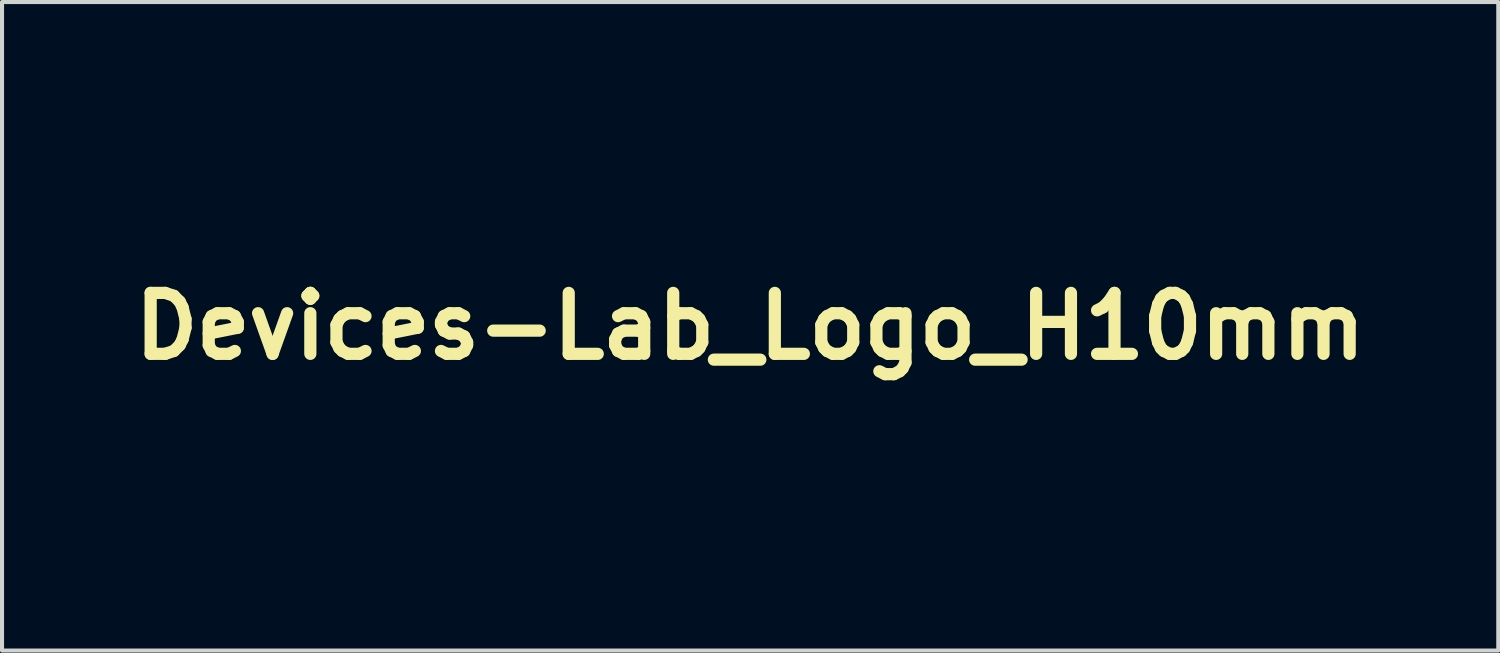
<source format=kicad_pcb>
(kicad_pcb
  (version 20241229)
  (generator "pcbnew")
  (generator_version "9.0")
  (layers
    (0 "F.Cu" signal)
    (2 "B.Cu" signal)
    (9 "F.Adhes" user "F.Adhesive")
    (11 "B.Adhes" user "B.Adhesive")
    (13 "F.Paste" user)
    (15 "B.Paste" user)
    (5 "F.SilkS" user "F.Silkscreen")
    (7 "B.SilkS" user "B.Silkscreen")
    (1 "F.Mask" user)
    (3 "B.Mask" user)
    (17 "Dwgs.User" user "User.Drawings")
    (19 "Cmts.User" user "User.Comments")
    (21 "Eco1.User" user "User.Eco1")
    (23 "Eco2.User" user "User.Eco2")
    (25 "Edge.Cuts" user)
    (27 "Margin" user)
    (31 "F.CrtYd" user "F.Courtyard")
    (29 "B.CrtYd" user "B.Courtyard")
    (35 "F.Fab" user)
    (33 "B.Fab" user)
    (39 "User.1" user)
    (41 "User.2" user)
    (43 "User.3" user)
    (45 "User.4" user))
  (footprint "Devices-Lab_Logo_H10mm"
    (layer "F.Cu")
    (at 15.407 4.978)
    (property "Reference" "Devices-Lab_Logo_H10mm" (at 0 0 0) (layer "F.SilkS") (effects (font (size 1.5 1.5) (thickness 0.3))))
    (attr board_only exclude_from_pos_files exclude_from_bom)
    (fp_poly (pts (xy -6.715 2.107) (xy -6.715 2.955) (xy -6.849 2.955) (xy -6.984 2.955) (xy -6.984 2.107) (xy -6.984 1.259) (xy -6.849 1.259) (xy -6.715 1.259)) (stroke (width 0) (type solid)) (fill yes) (layer "F.Mask"))
    (fp_poly (pts (xy -1.482 1.8) (xy -1.351 1.805) (xy -1.347 2.38) (xy -1.343 2.955) (xy -1.477 2.955) (xy -1.612 2.955) (xy -1.612 2.375) (xy -1.612 1.795)) (stroke (width 0) (type solid)) (fill yes) (layer "F.Mask"))
    (fp_poly (pts (xy -6.765 -2.249) (xy -6.747 -2.24) (xy -6.7 -2.199) (xy -6.665 -2.138) (xy -6.648 -2.069) (xy -6.648 -2.057) (xy -6.648 -2.015) (xy -6.868 -2.015) (xy -7.088 -2.015) (xy -7.077 -2.061) (xy -7.041 -2.147) (xy -6.988 -2.212) (xy -6.92 -2.252) (xy -6.844 -2.266)) (stroke (width 0) (type solid)) (fill yes) (layer "F.Mask"))
    (fp_poly (pts (xy -2.115 -2.249) (xy -2.096 -2.24) (xy -2.049 -2.199) (xy -2.014 -2.138) (xy -1.998 -2.069) (xy -1.998 -2.057) (xy -1.998 -2.015) (xy -2.218 -2.015) (xy -2.438 -2.015) (xy -2.426 -2.061) (xy -2.391 -2.147) (xy -2.337 -2.212) (xy -2.27 -2.252) (xy -2.194 -2.266)) (stroke (width 0) (type solid)) (fill yes) (layer "F.Mask"))
    (fp_poly (pts (xy -1.424 1.281) (xy -1.368 1.317) (xy -1.367 1.317) (xy -1.332 1.372) (xy -1.324 1.429) (xy -1.34 1.484) (xy -1.376 1.529) (xy -1.427 1.56) (xy -1.489 1.571) (xy -1.547 1.559) (xy -1.588 1.529) (xy -1.621 1.481) (xy -1.638 1.426) (xy -1.636 1.389) (xy -1.603 1.329) (xy -1.551 1.29) (xy -1.488 1.273)) (stroke (width 0) (type solid)) (fill yes) (layer "F.Mask"))
    (fp_poly (pts (xy 2.115 -1.774) (xy 2.102 -1.683) (xy 2.067 -1.607) (xy 2.015 -1.548) (xy 1.95 -1.511) (xy 1.877 -1.5) (xy 1.802 -1.518) (xy 1.745 -1.559) (xy 1.716 -1.613) (xy 1.717 -1.675) (xy 1.747 -1.735) (xy 1.781 -1.766) (xy 1.831 -1.79) (xy 1.904 -1.808) (xy 2.003 -1.822) (xy 2.01 -1.823) (xy 2.115 -1.834)) (stroke (width 0) (type solid)) (fill yes) (layer "F.Mask"))
    (fp_poly (pts (xy 5.717 -2.227) (xy 5.799 -2.2) (xy 5.86 -2.148) (xy 5.902 -2.07) (xy 5.924 -1.965) (xy 5.928 -1.877) (xy 5.918 -1.755) (xy 5.89 -1.66) (xy 5.843 -1.591) (xy 5.775 -1.548) (xy 5.686 -1.529) (xy 5.656 -1.528) (xy 5.582 -1.533) (xy 5.526 -1.553) (xy 5.505 -1.566) (xy 5.445 -1.625) (xy 5.402 -1.707) (xy 5.379 -1.804) (xy 5.376 -1.911) (xy 5.395 -2.018) (xy 5.437 -2.111) (xy 5.5 -2.179) (xy 5.58 -2.22) (xy 5.674 -2.232)) (stroke (width 0) (type solid)) (fill yes) (layer "F.Mask"))
    (fp_poly (pts (xy 3.522 -2.222) (xy 3.593 -2.187) (xy 3.648 -2.125) (xy 3.684 -2.039) (xy 3.7 -1.931) (xy 3.701 -1.905) (xy 3.689 -1.778) (xy 3.654 -1.673) (xy 3.596 -1.591) (xy 3.583 -1.579) (xy 3.541 -1.547) (xy 3.5 -1.532) (xy 3.444 -1.528) (xy 3.434 -1.528) (xy 3.372 -1.531) (xy 3.328 -1.546) (xy 3.289 -1.573) (xy 3.243 -1.622) (xy 3.212 -1.68) (xy 3.196 -1.754) (xy 3.19 -1.853) (xy 3.19 -1.868) (xy 3.2 -1.993) (xy 3.23 -2.091) (xy 3.282 -2.163) (xy 3.353 -2.209) (xy 3.436 -2.228)) (stroke (width 0) (type solid)) (fill yes) (layer "F.Mask"))
    (fp_poly (pts (xy 8.185 -2.229) (xy 8.271 -2.204) (xy 8.337 -2.153) (xy 8.382 -2.077) (xy 8.407 -1.976) (xy 8.411 -1.904) (xy 8.405 -1.795) (xy 8.387 -1.711) (xy 8.353 -1.642) (xy 8.32 -1.599) (xy 8.284 -1.564) (xy 8.249 -1.544) (xy 8.202 -1.535) (xy 8.165 -1.531) (xy 8.106 -1.529) (xy 8.066 -1.534) (xy 8.034 -1.551) (xy 8.011 -1.57) (xy 7.954 -1.629) (xy 7.918 -1.699) (xy 7.898 -1.789) (xy 7.897 -1.8) (xy 7.895 -1.914) (xy 7.914 -2.016) (xy 7.953 -2.103) (xy 8.008 -2.17) (xy 8.076 -2.214) (xy 8.156 -2.23)) (stroke (width 0) (type solid)) (fill yes) (layer "F.Mask"))
    (fp_poly (pts (xy -8.31 -2.222) (xy -8.235 -2.188) (xy -8.178 -2.127) (xy -8.142 -2.041) (xy -8.126 -1.933) (xy -8.125 -1.907) (xy -8.131 -1.798) (xy -8.148 -1.714) (xy -8.18 -1.645) (xy -8.216 -1.599) (xy -8.252 -1.564) (xy -8.287 -1.544) (xy -8.334 -1.535) (xy -8.371 -1.531) (xy -8.43 -1.529) (xy -8.47 -1.534) (xy -8.502 -1.551) (xy -8.525 -1.57) (xy -8.582 -1.63) (xy -8.618 -1.7) (xy -8.638 -1.79) (xy -8.639 -1.8) (xy -8.641 -1.92) (xy -8.618 -2.028) (xy -8.573 -2.12) (xy -8.546 -2.153) (xy -8.503 -2.195) (xy -8.463 -2.217) (xy -8.411 -2.227) (xy -8.401 -2.228)) (stroke (width 0) (type solid)) (fill yes) (layer "F.Mask"))
    (fp_poly (pts (xy -3.177 1.79) (xy -3.158 1.798) (xy -3.146 1.814) (xy -3.141 1.846) (xy -3.139 1.902) (xy -3.139 1.922) (xy -3.139 2.044) (xy -3.244 2.037) (xy -3.336 2.039) (xy -3.406 2.064) (xy -3.461 2.115) (xy -3.495 2.169) (xy -3.508 2.195) (xy -3.518 2.222) (xy -3.525 2.254) (xy -3.53 2.298) (xy -3.534 2.358) (xy -3.536 2.439) (xy -3.538 2.546) (xy -3.539 2.598) (xy -3.545 2.955) (xy -3.678 2.955) (xy -3.811 2.955) (xy -3.811 2.375) (xy -3.811 1.795) (xy -3.681 1.8) (xy -3.551 1.805) (xy -3.546 1.903) (xy -3.54 2.002) (xy -3.491 1.923) (xy -3.427 1.849) (xy -3.347 1.801) (xy -3.259 1.781)) (stroke (width 0) (type solid)) (fill yes) (layer "F.Mask"))
    (fp_poly (pts (xy -9.454 1.348) (xy -9.439 1.356) (xy -9.44 1.363) (xy -9.447 1.382) (xy -9.467 1.43) (xy -9.497 1.502) (xy -9.537 1.598) (xy -9.584 1.713) (xy -9.639 1.844) (xy -9.7 1.991) (xy -9.765 2.148) (xy -9.821 2.283) (xy -9.889 2.448) (xy -9.954 2.603) (xy -10.013 2.747) (xy -10.067 2.876) (xy -10.113 2.987) (xy -10.151 3.078) (xy -10.179 3.147) (xy -10.197 3.189) (xy -10.202 3.202) (xy -10.222 3.214) (xy -10.263 3.221) (xy -10.315 3.224) (xy -10.369 3.223) (xy -10.414 3.217) (xy -10.439 3.207) (xy -10.442 3.201) (xy -10.436 3.182) (xy -10.418 3.135) (xy -10.389 3.062) (xy -10.351 2.967) (xy -10.305 2.852) (xy -10.251 2.719) (xy -10.191 2.573) (xy -10.127 2.415) (xy -10.065 2.266) (xy -9.688 1.351) (xy -9.56 1.346) (xy -9.493 1.345)) (stroke (width 0) (type solid)) (fill yes) (layer "F.Mask"))
    (fp_poly (pts (xy 0.585 1.348) (xy 0.6 1.356) (xy 0.6 1.363) (xy 0.592 1.382) (xy 0.572 1.43) (xy 0.542 1.502) (xy 0.502 1.598) (xy 0.455 1.713) (xy 0.4 1.844) (xy 0.339 1.991) (xy 0.274 2.148) (xy 0.218 2.283) (xy 0.15 2.448) (xy 0.085 2.603) (xy 0.026 2.747) (xy -0.028 2.876) (xy -0.074 2.987) (xy -0.112 3.078) (xy -0.14 3.147) (xy -0.158 3.189) (xy -0.163 3.202) (xy -0.183 3.214) (xy -0.224 3.221) (xy -0.276 3.224) (xy -0.33 3.223) (xy -0.375 3.217) (xy -0.4 3.207) (xy -0.403 3.201) (xy -0.397 3.182) (xy -0.379 3.135) (xy -0.35 3.062) (xy -0.312 2.967) (xy -0.266 2.852) (xy -0.212 2.719) (xy -0.152 2.573) (xy -0.087 2.415) (xy -0.026 2.266) (xy 0.351 1.351) (xy 0.48 1.346) (xy 0.546 1.345)) (stroke (width 0) (type solid)) (fill yes) (layer "F.Mask"))
    (fp_poly (pts (xy -0.695 1.479) (xy -0.691 1.51) (xy -0.689 1.566) (xy -0.688 1.627) (xy -0.688 1.796) (xy -0.554 1.796) (xy -0.42 1.796) (xy -0.42 1.905) (xy -0.42 2.015) (xy -0.554 2.015) (xy -0.688 2.015) (xy -0.688 2.341) (xy -0.688 2.454) (xy -0.687 2.538) (xy -0.685 2.598) (xy -0.682 2.64) (xy -0.676 2.669) (xy -0.667 2.689) (xy -0.655 2.705) (xy -0.651 2.711) (xy -0.597 2.748) (xy -0.525 2.758) (xy -0.466 2.748) (xy -0.42 2.736) (xy -0.42 2.837) (xy -0.421 2.895) (xy -0.427 2.928) (xy -0.441 2.945) (xy -0.457 2.953) (xy -0.538 2.971) (xy -0.633 2.976) (xy -0.712 2.969) (xy -0.802 2.944) (xy -0.874 2.894) (xy -0.914 2.848) (xy -0.925 2.831) (xy -0.934 2.811) (xy -0.94 2.783) (xy -0.945 2.743) (xy -0.948 2.687) (xy -0.95 2.609) (xy -0.952 2.506) (xy -0.954 2.408) (xy -0.959 2.015) (xy -1.05 2.015) (xy -1.142 2.015) (xy -1.142 1.905) (xy -1.142 1.796) (xy -1.049 1.796) (xy -0.957 1.796) (xy -0.957 1.666) (xy -0.957 1.535) (xy -0.849 1.506) (xy -0.789 1.49) (xy -0.74 1.475) (xy -0.715 1.467) (xy -0.703 1.466)) (stroke (width 0) (type solid)) (fill yes) (layer "F.Mask"))
    (fp_poly (pts (xy -4.404 1.794) (xy -4.295 1.836) (xy -4.248 1.865) (xy -4.173 1.939) (xy -4.114 2.037) (xy -4.071 2.155) (xy -4.049 2.287) (xy -4.046 2.354) (xy -4.046 2.451) (xy -4.432 2.451) (xy -4.818 2.451) (xy -4.818 2.494) (xy -4.802 2.573) (xy -4.759 2.648) (xy -4.693 2.71) (xy -4.61 2.753) (xy -4.606 2.754) (xy -4.525 2.768) (xy -4.428 2.766) (xy -4.329 2.748) (xy -4.241 2.717) (xy -4.235 2.714) (xy -4.187 2.69) (xy -4.151 2.674) (xy -4.139 2.669) (xy -4.134 2.685) (xy -4.131 2.725) (xy -4.13 2.776) (xy -4.13 2.883) (xy -4.21 2.918) (xy -4.324 2.954) (xy -4.455 2.975) (xy -4.588 2.978) (xy -4.661 2.971) (xy -4.785 2.938) (xy -4.89 2.878) (xy -4.975 2.793) (xy -5.037 2.685) (xy -5.076 2.556) (xy -5.091 2.406) (xy -5.091 2.392) (xy -5.082 2.266) (xy -4.822 2.266) (xy -4.568 2.266) (xy -4.314 2.266) (xy -4.314 2.215) (xy -4.326 2.151) (xy -4.357 2.085) (xy -4.399 2.03) (xy -4.431 2.006) (xy -4.512 1.982) (xy -4.594 1.987) (xy -4.672 2.018) (xy -4.739 2.071) (xy -4.788 2.143) (xy -4.811 2.212) (xy -4.822 2.266) (xy -5.082 2.266) (xy -5.08 2.246) (xy -5.048 2.121) (xy -4.992 2.014) (xy -4.955 1.965) (xy -4.866 1.884) (xy -4.76 1.825) (xy -4.643 1.789) (xy -4.522 1.779)) (stroke (width 0) (type solid)) (fill yes) (layer "F.Mask"))
    (fp_poly (pts (xy 5.904 1.794) (xy 6.013 1.836) (xy 6.06 1.865) (xy 6.135 1.939) (xy 6.194 2.037) (xy 6.236 2.155) (xy 6.259 2.287) (xy 6.262 2.354) (xy 6.262 2.451) (xy 5.876 2.451) (xy 5.49 2.451) (xy 5.49 2.494) (xy 5.505 2.573) (xy 5.549 2.648) (xy 5.615 2.71) (xy 5.698 2.753) (xy 5.701 2.754) (xy 5.783 2.768) (xy 5.879 2.766) (xy 5.978 2.748) (xy 6.066 2.717) (xy 6.072 2.714) (xy 6.121 2.69) (xy 6.156 2.674) (xy 6.169 2.669) (xy 6.174 2.685) (xy 6.177 2.725) (xy 6.178 2.776) (xy 6.178 2.883) (xy 6.098 2.918) (xy 5.983 2.954) (xy 5.852 2.975) (xy 5.72 2.978) (xy 5.647 2.971) (xy 5.522 2.938) (xy 5.417 2.878) (xy 5.333 2.793) (xy 5.271 2.685) (xy 5.232 2.556) (xy 5.217 2.406) (xy 5.217 2.392) (xy 5.226 2.266) (xy 5.485 2.266) (xy 5.739 2.266) (xy 5.993 2.266) (xy 5.993 2.215) (xy 5.981 2.151) (xy 5.951 2.085) (xy 5.908 2.03) (xy 5.876 2.006) (xy 5.796 1.982) (xy 5.714 1.987) (xy 5.636 2.018) (xy 5.569 2.071) (xy 5.519 2.143) (xy 5.496 2.212) (xy 5.485 2.266) (xy 5.226 2.266) (xy 5.228 2.246) (xy 5.26 2.121) (xy 5.316 2.014) (xy 5.353 1.965) (xy 5.442 1.884) (xy 5.548 1.825) (xy 5.665 1.789) (xy 5.786 1.779)) (stroke (width 0) (type solid)) (fill yes) (layer "F.Mask"))
    (fp_poly (pts (xy -7.676 1.793) (xy -7.579 1.809) (xy -7.499 1.839) (xy -7.428 1.885) (xy -7.389 1.919) (xy -7.319 2.008) (xy -7.268 2.118) (xy -7.236 2.242) (xy -7.224 2.373) (xy -7.234 2.503) (xy -7.267 2.626) (xy -7.288 2.675) (xy -7.361 2.784) (xy -7.456 2.871) (xy -7.57 2.933) (xy -7.701 2.969) (xy -7.844 2.978) (xy -7.929 2.97) (xy -7.998 2.956) (xy -8.066 2.936) (xy -8.097 2.924) (xy -8.169 2.88) (xy -8.242 2.817) (xy -8.305 2.744) (xy -8.345 2.678) (xy -8.381 2.562) (xy -8.398 2.431) (xy -8.396 2.339) (xy -8.121 2.339) (xy -8.121 2.454) (xy -8.103 2.546) (xy -8.065 2.623) (xy -8.037 2.659) (xy -7.962 2.721) (xy -7.873 2.756) (xy -7.776 2.763) (xy -7.681 2.74) (xy -7.656 2.729) (xy -7.588 2.675) (xy -7.54 2.595) (xy -7.512 2.488) (xy -7.505 2.369) (xy -7.516 2.245) (xy -7.55 2.145) (xy -7.605 2.071) (xy -7.681 2.022) (xy -7.778 1.999) (xy -7.817 1.998) (xy -7.914 2.012) (xy -7.995 2.055) (xy -8.058 2.124) (xy -8.1 2.218) (xy -8.121 2.333) (xy -8.121 2.339) (xy -8.396 2.339) (xy -8.395 2.296) (xy -8.372 2.168) (xy -8.345 2.089) (xy -8.293 2.005) (xy -8.216 1.924) (xy -8.124 1.857) (xy -8.077 1.832) (xy -8.031 1.812) (xy -7.988 1.799) (xy -7.94 1.792) (xy -7.876 1.789) (xy -7.798 1.788)) (stroke (width 0) (type solid)) (fill yes) (layer "F.Mask"))
    (fp_poly (pts (xy -2.703 1.617) (xy -2.703 1.975) (xy -2.623 1.898) (xy -2.546 1.836) (xy -2.464 1.799) (xy -2.366 1.782) (xy -2.306 1.78) (xy -2.187 1.794) (xy -2.085 1.837) (xy -2 1.906) (xy -1.935 2) (xy -1.889 2.117) (xy -1.865 2.256) (xy -1.862 2.414) (xy -1.866 2.461) (xy -1.892 2.6) (xy -1.942 2.721) (xy -2.012 2.822) (xy -2.101 2.9) (xy -2.205 2.952) (xy -2.322 2.977) (xy -2.443 2.972) (xy -2.523 2.951) (xy -2.593 2.912) (xy -2.648 2.865) (xy -2.703 2.814) (xy -2.703 2.884) (xy -2.703 2.955) (xy -2.837 2.955) (xy -2.971 2.955) (xy -2.971 2.399) (xy -2.702 2.399) (xy -2.702 2.477) (xy -2.697 2.532) (xy -2.688 2.573) (xy -2.671 2.61) (xy -2.659 2.632) (xy -2.604 2.7) (xy -2.546 2.738) (xy -2.491 2.76) (xy -2.449 2.768) (xy -2.403 2.762) (xy -2.359 2.751) (xy -2.278 2.712) (xy -2.214 2.647) (xy -2.167 2.558) (xy -2.14 2.451) (xy -2.135 2.328) (xy -2.136 2.315) (xy -2.155 2.198) (xy -2.194 2.108) (xy -2.253 2.046) (xy -2.332 2.01) (xy -2.373 2.002) (xy -2.453 1.999) (xy -2.517 2.015) (xy -2.576 2.052) (xy -2.586 2.06) (xy -2.638 2.114) (xy -2.673 2.179) (xy -2.694 2.261) (xy -2.702 2.367) (xy -2.702 2.399) (xy -2.971 2.399) (xy -2.971 2.107) (xy -2.971 1.259) (xy -2.837 1.259) (xy -2.703 1.259)) (stroke (width 0) (type solid)) (fill yes) (layer "F.Mask"))
    (fp_poly (pts (xy 7.281 1.795) (xy 7.385 1.839) (xy 7.471 1.91) (xy 7.538 2.005) (xy 7.583 2.122) (xy 7.602 2.23) (xy 7.608 2.395) (xy 7.589 2.544) (xy 7.549 2.673) (xy 7.488 2.782) (xy 7.408 2.869) (xy 7.311 2.93) (xy 7.196 2.964) (xy 7.111 2.971) (xy 6.99 2.959) (xy 6.89 2.92) (xy 6.812 2.856) (xy 6.808 2.851) (xy 6.765 2.801) (xy 6.765 3.138) (xy 6.765 3.475) (xy 6.631 3.475) (xy 6.497 3.475) (xy 6.497 2.635) (xy 6.497 2.399) (xy 6.766 2.399) (xy 6.767 2.477) (xy 6.771 2.532) (xy 6.78 2.573) (xy 6.797 2.61) (xy 6.809 2.632) (xy 6.864 2.7) (xy 6.922 2.738) (xy 6.977 2.76) (xy 7.019 2.768) (xy 7.066 2.762) (xy 7.109 2.751) (xy 7.19 2.712) (xy 7.255 2.647) (xy 7.302 2.558) (xy 7.328 2.451) (xy 7.333 2.328) (xy 7.332 2.315) (xy 7.313 2.198) (xy 7.274 2.108) (xy 7.215 2.046) (xy 7.137 2.01) (xy 7.096 2.002) (xy 7.015 1.999) (xy 6.951 2.015) (xy 6.892 2.052) (xy 6.882 2.06) (xy 6.83 2.114) (xy 6.795 2.179) (xy 6.774 2.261) (xy 6.766 2.367) (xy 6.766 2.399) (xy 6.497 2.399) (xy 6.497 1.795) (xy 6.627 1.8) (xy 6.757 1.805) (xy 6.762 1.889) (xy 6.767 1.973) (xy 6.846 1.897) (xy 6.923 1.836) (xy 7.006 1.798) (xy 7.104 1.782) (xy 7.162 1.78)) (stroke (width 0) (type solid)) (fill yes) (layer "F.Mask"))
    (fp_poly (pts (xy -5.355 2.107) (xy -5.355 2.955) (xy -5.49 2.955) (xy -5.624 2.955) (xy -5.624 2.867) (xy -5.624 2.779) (xy -5.674 2.84) (xy -5.752 2.909) (xy -5.851 2.955) (xy -5.965 2.977) (xy -6.089 2.972) (xy -6.1 2.97) (xy -6.205 2.937) (xy -6.295 2.876) (xy -6.369 2.791) (xy -6.423 2.684) (xy -6.458 2.559) (xy -6.471 2.418) (xy -6.467 2.352) (xy -6.191 2.352) (xy -6.188 2.482) (xy -6.163 2.587) (xy -6.114 2.669) (xy -6.042 2.728) (xy -6.02 2.739) (xy -5.932 2.762) (xy -5.84 2.753) (xy -5.773 2.727) (xy -5.734 2.698) (xy -5.693 2.653) (xy -5.678 2.632) (xy -5.659 2.6) (xy -5.645 2.571) (xy -5.638 2.536) (xy -5.634 2.487) (xy -5.632 2.417) (xy -5.632 2.365) (xy -5.634 2.267) (xy -5.641 2.195) (xy -5.655 2.142) (xy -5.68 2.101) (xy -5.719 2.064) (xy -5.76 2.034) (xy -5.802 2.01) (xy -5.846 2) (xy -5.907 2.001) (xy -5.91 2.001) (xy -6.007 2.021) (xy -6.083 2.067) (xy -6.139 2.138) (xy -6.175 2.236) (xy -6.191 2.352) (xy -6.467 2.352) (xy -6.463 2.284) (xy -6.431 2.139) (xy -6.377 2.017) (xy -6.303 1.918) (xy -6.209 1.844) (xy -6.097 1.798) (xy -5.97 1.78) (xy -5.956 1.78) (xy -5.843 1.792) (xy -5.747 1.831) (xy -5.678 1.884) (xy -5.624 1.937) (xy -5.624 1.598) (xy -5.624 1.259) (xy -5.49 1.259) (xy -5.355 1.259)) (stroke (width 0) (type solid)) (fill yes) (layer "F.Mask"))
    (fp_poly (pts (xy 10.056 2.107) (xy 10.056 2.955) (xy 9.922 2.955) (xy 9.787 2.955) (xy 9.787 2.867) (xy 9.787 2.779) (xy 9.737 2.84) (xy 9.659 2.909) (xy 9.56 2.955) (xy 9.446 2.977) (xy 9.322 2.972) (xy 9.311 2.97) (xy 9.206 2.937) (xy 9.116 2.876) (xy 9.043 2.791) (xy 8.988 2.684) (xy 8.953 2.559) (xy 8.941 2.418) (xy 8.945 2.352) (xy 9.22 2.352) (xy 9.223 2.482) (xy 9.249 2.587) (xy 9.297 2.669) (xy 9.37 2.728) (xy 9.391 2.739) (xy 9.479 2.762) (xy 9.572 2.753) (xy 9.638 2.727) (xy 9.677 2.698) (xy 9.718 2.653) (xy 9.733 2.632) (xy 9.753 2.6) (xy 9.766 2.571) (xy 9.774 2.536) (xy 9.777 2.487) (xy 9.779 2.417) (xy 9.779 2.365) (xy 9.777 2.267) (xy 9.771 2.195) (xy 9.756 2.142) (xy 9.731 2.101) (xy 9.693 2.064) (xy 9.651 2.034) (xy 9.609 2.01) (xy 9.565 2) (xy 9.505 2.001) (xy 9.501 2.001) (xy 9.404 2.021) (xy 9.328 2.067) (xy 9.272 2.138) (xy 9.236 2.236) (xy 9.22 2.352) (xy 8.945 2.352) (xy 8.949 2.284) (xy 8.98 2.139) (xy 9.034 2.017) (xy 9.109 1.918) (xy 9.202 1.844) (xy 9.314 1.798) (xy 9.441 1.78) (xy 9.455 1.78) (xy 9.569 1.792) (xy 9.664 1.831) (xy 9.733 1.884) (xy 9.787 1.937) (xy 9.787 1.598) (xy 9.787 1.259) (xy 9.922 1.259) (xy 10.056 1.259)) (stroke (width 0) (type solid)) (fill yes) (layer "F.Mask"))
    (fp_poly (pts (xy -8.854 1.784) (xy -8.767 1.79) (xy -8.697 1.803) (xy -8.675 1.81) (xy -8.651 1.822) (xy -8.637 1.839) (xy -8.631 1.868) (xy -8.629 1.92) (xy -8.629 1.947) (xy -8.629 2.066) (xy -8.7 2.028) (xy -8.752 2.006) (xy -8.809 1.994) (xy -8.885 1.99) (xy -8.9 1.99) (xy -8.969 1.991) (xy -9.013 1.996) (xy -9.044 2.008) (xy -9.07 2.028) (xy -9.072 2.03) (xy -9.108 2.081) (xy -9.114 2.135) (xy -9.088 2.183) (xy -9.073 2.197) (xy -9.036 2.22) (xy -8.979 2.248) (xy -8.915 2.275) (xy -8.913 2.275) (xy -8.797 2.327) (xy -8.704 2.385) (xy -8.637 2.445) (xy -8.609 2.484) (xy -8.588 2.55) (xy -8.579 2.629) (xy -8.584 2.707) (xy -8.603 2.768) (xy -8.661 2.845) (xy -8.745 2.906) (xy -8.852 2.949) (xy -8.976 2.974) (xy -9.115 2.977) (xy -9.195 2.97) (xy -9.259 2.959) (xy -9.317 2.945) (xy -9.346 2.935) (xy -9.373 2.919) (xy -9.388 2.896) (xy -9.395 2.857) (xy -9.398 2.814) (xy -9.4 2.744) (xy -9.395 2.703) (xy -9.379 2.689) (xy -9.345 2.696) (xy -9.29 2.722) (xy -9.287 2.723) (xy -9.222 2.752) (xy -9.165 2.767) (xy -9.097 2.773) (xy -9.065 2.773) (xy -8.972 2.767) (xy -8.908 2.746) (xy -8.868 2.711) (xy -8.851 2.658) (xy -8.85 2.653) (xy -8.852 2.612) (xy -8.868 2.577) (xy -8.904 2.546) (xy -8.965 2.514) (xy -9.037 2.483) (xy -9.159 2.43) (xy -9.25 2.379) (xy -9.315 2.325) (xy -9.357 2.265) (xy -9.379 2.195) (xy -9.384 2.124) (xy -9.371 2.024) (xy -9.332 1.942) (xy -9.264 1.876) (xy -9.167 1.824) (xy -9.102 1.802) (xy -9.033 1.789) (xy -8.946 1.783)) (stroke (width 0) (type solid)) (fill yes) (layer "F.Mask"))
    (fp_poly (pts (xy 2.711 1.796) (xy 2.81 1.833) (xy 2.886 1.889) (xy 2.893 1.896) (xy 2.922 1.931) (xy 2.945 1.966) (xy 2.963 2.006) (xy 2.976 2.055) (xy 2.985 2.119) (xy 2.991 2.199) (xy 2.994 2.303) (xy 2.995 2.433) (xy 2.996 2.527) (xy 2.997 2.946) (xy 2.867 2.951) (xy 2.736 2.956) (xy 2.736 2.877) (xy 2.736 2.798) (xy 2.673 2.861) (xy 2.582 2.931) (xy 2.479 2.969) (xy 2.362 2.977) (xy 2.308 2.972) (xy 2.213 2.946) (xy 2.137 2.897) (xy 2.092 2.849) (xy 2.051 2.773) (xy 2.032 2.681) (xy 2.033 2.626) (xy 2.286 2.626) (xy 2.307 2.684) (xy 2.352 2.734) (xy 2.415 2.763) (xy 2.489 2.77) (xy 2.562 2.754) (xy 2.602 2.732) (xy 2.666 2.679) (xy 2.706 2.619) (xy 2.727 2.541) (xy 2.732 2.502) (xy 2.741 2.396) (xy 2.642 2.408) (xy 2.533 2.424) (xy 2.45 2.441) (xy 2.391 2.461) (xy 2.347 2.487) (xy 2.33 2.502) (xy 2.292 2.561) (xy 2.286 2.626) (xy 2.033 2.626) (xy 2.034 2.583) (xy 2.059 2.489) (xy 2.104 2.407) (xy 2.11 2.399) (xy 2.149 2.36) (xy 2.195 2.328) (xy 2.253 2.302) (xy 2.328 2.279) (xy 2.425 2.259) (xy 2.549 2.238) (xy 2.598 2.231) (xy 2.673 2.219) (xy 2.718 2.204) (xy 2.737 2.182) (xy 2.734 2.148) (xy 2.713 2.096) (xy 2.71 2.09) (xy 2.666 2.033) (xy 2.6 1.997) (xy 2.519 1.982) (xy 2.427 1.988) (xy 2.329 2.014) (xy 2.231 2.062) (xy 2.212 2.074) (xy 2.173 2.099) (xy 2.146 2.114) (xy 2.141 2.115) (xy 2.136 2.1) (xy 2.133 2.06) (xy 2.132 2.003) (xy 2.132 2) (xy 2.132 1.884) (xy 2.213 1.849) (xy 2.342 1.805) (xy 2.472 1.782) (xy 2.597 1.779)) (stroke (width 0) (type solid)) (fill yes) (layer "F.Mask"))
    (fp_poly (pts (xy 8.436 1.796) (xy 8.534 1.833) (xy 8.611 1.889) (xy 8.618 1.896) (xy 8.647 1.931) (xy 8.67 1.966) (xy 8.687 2.006) (xy 8.7 2.055) (xy 8.709 2.119) (xy 8.715 2.199) (xy 8.719 2.303) (xy 8.72 2.433) (xy 8.72 2.527) (xy 8.721 2.946) (xy 8.591 2.951) (xy 8.461 2.956) (xy 8.461 2.877) (xy 8.461 2.798) (xy 8.398 2.861) (xy 8.307 2.931) (xy 8.203 2.969) (xy 8.086 2.977) (xy 8.033 2.972) (xy 7.938 2.946) (xy 7.862 2.897) (xy 7.817 2.849) (xy 7.775 2.773) (xy 7.756 2.681) (xy 7.758 2.626) (xy 8.011 2.626) (xy 8.031 2.684) (xy 8.076 2.734) (xy 8.14 2.763) (xy 8.213 2.77) (xy 8.287 2.754) (xy 8.327 2.732) (xy 8.391 2.679) (xy 8.431 2.619) (xy 8.452 2.541) (xy 8.457 2.502) (xy 8.466 2.396) (xy 8.367 2.408) (xy 8.257 2.424) (xy 8.175 2.441) (xy 8.115 2.461) (xy 8.072 2.487) (xy 8.055 2.502) (xy 8.016 2.561) (xy 8.011 2.626) (xy 7.758 2.626) (xy 7.759 2.583) (xy 7.783 2.489) (xy 7.829 2.407) (xy 7.835 2.399) (xy 7.874 2.36) (xy 7.919 2.328) (xy 7.977 2.302) (xy 8.053 2.279) (xy 8.15 2.259) (xy 8.274 2.238) (xy 8.323 2.231) (xy 8.397 2.219) (xy 8.442 2.204) (xy 8.461 2.182) (xy 8.459 2.148) (xy 8.438 2.096) (xy 8.435 2.09) (xy 8.391 2.033) (xy 8.325 1.997) (xy 8.244 1.982) (xy 8.151 1.988) (xy 8.054 2.014) (xy 7.956 2.062) (xy 7.937 2.074) (xy 7.897 2.099) (xy 7.87 2.114) (xy 7.865 2.115) (xy 7.861 2.1) (xy 7.858 2.06) (xy 7.857 2.003) (xy 7.857 2) (xy 7.857 1.884) (xy 7.938 1.849) (xy 8.067 1.805) (xy 8.197 1.782) (xy 8.322 1.779)) (stroke (width 0) (type solid)) (fill yes) (layer "F.Mask"))
    (fp_poly (pts (xy 4.746 1.794) (xy 4.84 1.837) (xy 4.915 1.907) (xy 4.964 1.99) (xy 4.973 2.014) (xy 4.981 2.044) (xy 4.986 2.084) (xy 4.991 2.139) (xy 4.994 2.212) (xy 4.997 2.307) (xy 4.999 2.43) (xy 5 2.506) (xy 5.005 2.955) (xy 4.871 2.955) (xy 4.737 2.955) (xy 4.731 2.556) (xy 4.729 2.426) (xy 4.727 2.325) (xy 4.724 2.25) (xy 4.719 2.194) (xy 4.714 2.154) (xy 4.706 2.125) (xy 4.697 2.104) (xy 4.696 2.104) (xy 4.649 2.041) (xy 4.588 2.007) (xy 4.518 1.998) (xy 4.469 2.001) (xy 4.432 2.017) (xy 4.393 2.051) (xy 4.383 2.062) (xy 4.351 2.098) (xy 4.327 2.135) (xy 4.309 2.178) (xy 4.296 2.232) (xy 4.288 2.301) (xy 4.283 2.391) (xy 4.281 2.506) (xy 4.281 2.608) (xy 4.281 2.955) (xy 4.148 2.955) (xy 4.015 2.955) (xy 4.009 2.564) (xy 4.007 2.422) (xy 4.002 2.308) (xy 3.996 2.221) (xy 3.986 2.154) (xy 3.973 2.106) (xy 3.954 2.071) (xy 3.93 2.045) (xy 3.898 2.025) (xy 3.893 2.022) (xy 3.814 1.997) (xy 3.739 2.005) (xy 3.672 2.043) (xy 3.616 2.11) (xy 3.603 2.135) (xy 3.588 2.165) (xy 3.578 2.192) (xy 3.57 2.222) (xy 3.565 2.26) (xy 3.561 2.311) (xy 3.56 2.381) (xy 3.559 2.473) (xy 3.559 2.589) (xy 3.559 2.955) (xy 3.425 2.955) (xy 3.29 2.955) (xy 3.29 2.375) (xy 3.29 1.795) (xy 3.421 1.8) (xy 3.551 1.805) (xy 3.556 1.881) (xy 3.561 1.957) (xy 3.633 1.888) (xy 3.722 1.823) (xy 3.824 1.788) (xy 3.943 1.782) (xy 3.954 1.783) (xy 4.045 1.804) (xy 4.126 1.846) (xy 4.189 1.905) (xy 4.211 1.939) (xy 4.237 1.989) (xy 4.323 1.903) (xy 4.395 1.841) (xy 4.466 1.803) (xy 4.548 1.784) (xy 4.633 1.78)) (stroke (width 0) (type solid)) (fill yes) (layer "F.Mask"))
    (fp_poly (pts (xy 1.267 1.787) (xy 1.364 1.818) (xy 1.444 1.872) (xy 1.461 1.888) (xy 1.503 1.934) (xy 1.511 1.869) (xy 1.519 1.805) (xy 1.65 1.8) (xy 1.781 1.795) (xy 1.776 2.429) (xy 1.775 2.597) (xy 1.773 2.734) (xy 1.771 2.845) (xy 1.768 2.932) (xy 1.765 2.999) (xy 1.761 3.05) (xy 1.756 3.088) (xy 1.75 3.117) (xy 1.743 3.136) (xy 1.682 3.256) (xy 1.6 3.35) (xy 1.496 3.418) (xy 1.368 3.464) (xy 1.359 3.466) (xy 1.265 3.481) (xy 1.157 3.489) (xy 1.052 3.488) (xy 0.974 3.48) (xy 0.933 3.472) (xy 0.877 3.458) (xy 0.844 3.449) (xy 0.755 3.424) (xy 0.755 3.298) (xy 0.756 3.238) (xy 0.758 3.194) (xy 0.761 3.173) (xy 0.762 3.173) (xy 0.779 3.179) (xy 0.818 3.197) (xy 0.867 3.219) (xy 0.922 3.242) (xy 0.972 3.256) (xy 1.029 3.263) (xy 1.106 3.265) (xy 1.116 3.265) (xy 1.194 3.264) (xy 1.249 3.259) (xy 1.292 3.247) (xy 1.333 3.228) (xy 1.343 3.223) (xy 1.415 3.168) (xy 1.466 3.094) (xy 1.496 2.998) (xy 1.508 2.907) (xy 1.516 2.78) (xy 1.462 2.841) (xy 1.384 2.911) (xy 1.291 2.954) (xy 1.179 2.974) (xy 1.133 2.975) (xy 1.007 2.961) (xy 0.898 2.919) (xy 0.809 2.85) (xy 0.74 2.755) (xy 0.693 2.636) (xy 0.672 2.531) (xy 0.667 2.416) (xy 0.942 2.416) (xy 0.949 2.505) (xy 0.956 2.542) (xy 0.997 2.634) (xy 1.058 2.702) (xy 1.135 2.746) (xy 1.221 2.761) (xy 1.313 2.747) (xy 1.364 2.726) (xy 1.401 2.697) (xy 1.442 2.653) (xy 1.456 2.632) (xy 1.476 2.6) (xy 1.489 2.571) (xy 1.497 2.536) (xy 1.501 2.487) (xy 1.502 2.417) (xy 1.503 2.365) (xy 1.501 2.267) (xy 1.494 2.195) (xy 1.48 2.142) (xy 1.455 2.101) (xy 1.416 2.064) (xy 1.375 2.034) (xy 1.333 2.01) (xy 1.289 2) (xy 1.228 2.001) (xy 1.224 2.001) (xy 1.129 2.021) (xy 1.054 2.065) (xy 0.996 2.138) (xy 0.987 2.154) (xy 0.962 2.227) (xy 0.946 2.318) (xy 0.942 2.416) (xy 0.667 2.416) (xy 0.665 2.383) (xy 0.68 2.241) (xy 0.716 2.111) (xy 0.77 1.997) (xy 0.841 1.907) (xy 0.859 1.89) (xy 0.95 1.831) (xy 1.053 1.793) (xy 1.161 1.779)) (stroke (width 0) (type solid)) (fill yes) (layer "F.Mask"))
    (fp_poly (pts (xy 0.724 -4.978) (xy 1.415 -4.978) (xy 2.075 -4.978) (xy 2.703 -4.978) (xy 3.3 -4.977) (xy 3.868 -4.977) (xy 4.407 -4.977) (xy 4.918 -4.977) (xy 5.401 -4.977) (xy 5.857 -4.977) (xy 6.288 -4.977) (xy 6.694 -4.977) (xy 7.075 -4.976) (xy 7.433 -4.976) (xy 7.768 -4.976) (xy 8.081 -4.976) (xy 8.372 -4.975) (xy 8.643 -4.975) (xy 8.895 -4.974) (xy 9.128 -4.974) (xy 9.342 -4.973) (xy 9.539 -4.973) (xy 9.719 -4.972) (xy 9.884 -4.971) (xy 10.033 -4.971) (xy 10.168 -4.97) (xy 10.29 -4.969) (xy 10.398 -4.968) (xy 10.495 -4.967) (xy 10.581 -4.966) (xy 10.656 -4.965) (xy 10.721 -4.964) (xy 10.777 -4.963) (xy 10.826 -4.961) (xy 10.867 -4.96) (xy 10.901 -4.958) (xy 10.929 -4.957) (xy 10.953 -4.955) (xy 10.972 -4.953) (xy 10.987 -4.952) (xy 11 -4.95) (xy 11.01 -4.948) (xy 11.013 -4.947) (xy 11.22 -4.889) (xy 11.41 -4.804) (xy 11.585 -4.692) (xy 11.752 -4.549) (xy 11.768 -4.533) (xy 11.914 -4.368) (xy 12.028 -4.195) (xy 12.112 -4.01) (xy 12.168 -3.81) (xy 12.188 -3.691) (xy 12.19 -3.66) (xy 12.192 -3.605) (xy 12.194 -3.525) (xy 12.196 -3.418) (xy 12.197 -3.285) (xy 12.199 -3.126) (xy 12.2 -2.938) (xy 12.201 -2.722) (xy 12.201 -2.478) (xy 12.202 -2.204) (xy 12.202 -1.9) (xy 12.202 -1.566) (xy 12.202 -1.2) (xy 12.202 -0.802) (xy 12.202 -0.372) (xy 12.201 0.084) (xy 12.196 3.719) (xy 12.16 3.846) (xy 12.08 4.071) (xy 11.975 4.274) (xy 11.846 4.454) (xy 11.695 4.611) (xy 11.521 4.742) (xy 11.326 4.848) (xy 11.111 4.928) (xy 11.037 4.948) (xy 11.028 4.95) (xy 11.016 4.952) (xy 11.001 4.954) (xy 10.982 4.955) (xy 10.957 4.957) (xy 10.927 4.958) (xy 10.89 4.96) (xy 10.846 4.961) (xy 10.794 4.962) (xy 10.733 4.964) (xy 10.662 4.965) (xy 10.581 4.966) (xy 10.489 4.967) (xy 10.385 4.968) (xy 10.268 4.969) (xy 10.138 4.97) (xy 9.993 4.97) (xy 9.834 4.971) (xy 9.659 4.972) (xy 9.467 4.973) (xy 9.258 4.973) (xy 9.031 4.974) (xy 8.786 4.974) (xy 8.52 4.975) (xy 8.234 4.975) (xy 7.928 4.976) (xy 7.599 4.976) (xy 7.247 4.976) (xy 6.872 4.977) (xy 6.473 4.977) (xy 6.049 4.977) (xy 5.6 4.978) (xy 5.123 4.978) (xy 4.62 4.978) (xy 4.088 4.978) (xy 3.528 4.978) (xy 2.938 4.979) (xy 2.318 4.979) (xy 1.667 4.979) (xy 0.984 4.979) (xy 0.268 4.979) (xy 0.101 4.979) (xy -0.502 4.979) (xy -1.096 4.979) (xy -1.682 4.979) (xy -2.257 4.979) (xy -2.823 4.979) (xy -3.376 4.979) (xy -3.917 4.979) (xy -4.445 4.979) (xy -4.959 4.979) (xy -5.457 4.979) (xy -5.939 4.978) (xy -6.404 4.978) (xy -6.852 4.978) (xy -7.281 4.977) (xy -7.69 4.977) (xy -8.078 4.976) (xy -8.445 4.976) (xy -8.79 4.976) (xy -9.111 4.975) (xy -9.408 4.975) (xy -9.68 4.974) (xy -9.926 4.973) (xy -10.146 4.973) (xy -10.337 4.972) (xy -10.5 4.972) (xy -10.633 4.971) (xy -10.736 4.97) (xy -10.808 4.969) (xy -10.847 4.969) (xy -10.854 4.968) (xy -11.033 4.941) (xy -11.198 4.895) (xy -11.346 4.834) (xy -11.54 4.725) (xy -11.713 4.592) (xy -11.863 4.437) (xy -11.988 4.263) (xy -12.085 4.071) (xy -12.154 3.866) (xy -12.188 3.691) (xy -12.19 3.66) (xy -12.192 3.605) (xy -12.194 3.525) (xy -12.196 3.418) (xy -12.197 3.285) (xy -12.199 3.126) (xy -12.2 2.938) (xy -12.201 2.722) (xy -12.201 2.478) (xy -12.202 2.204) (xy -12.202 1.9) (xy -12.202 1.566) (xy -12.202 1.2) (xy -12.202 0.802) (xy -12.202 0.372) (xy -12.201 -0.084) (xy -12.199 -1.98) (xy -11.884 -1.98) (xy -11.884 -1.702) (xy -11.884 -1.397) (xy -11.883 -1.063) (xy -11.883 -0.699) (xy -11.882 -0.304) (xy -11.882 0.046) (xy -11.877 3.719) (xy -11.832 3.853) (xy -11.759 4.027) (xy -11.665 4.18) (xy -11.544 4.319) (xy -11.541 4.323) (xy -11.39 4.452) (xy -11.226 4.55) (xy -11.05 4.617) (xy -10.908 4.648) (xy -10.884 4.649) (xy -10.828 4.65) (xy -10.741 4.651) (xy -10.623 4.652) (xy -10.475 4.653) (xy -10.3 4.653) (xy -10.098 4.654) (xy -9.869 4.655) (xy -9.616 4.656) (xy -9.339 4.657) (xy -9.039 4.657) (xy -8.718 4.658) (xy -8.376 4.659) (xy -8.015 4.659) (xy -7.635 4.66) (xy -7.238 4.66) (xy -6.825 4.661) (xy -6.397 4.661) (xy -5.955 4.662) (xy -5.5 4.662) (xy -5.033 4.663) (xy -4.555 4.663) (xy -4.068 4.663) (xy -3.572 4.664) (xy -3.069 4.664) (xy -2.559 4.664) (xy -2.044 4.664) (xy -1.524 4.664) (xy -1.002 4.665) (xy -0.478 4.665) (xy 0.048 4.665) (xy 0.573 4.665) (xy 1.097 4.665) (xy 1.619 4.665) (xy 2.138 4.665) (xy 2.652 4.665) (xy 3.16 4.665) (xy 3.662 4.664) (xy 4.156 4.664) (xy 4.641 4.664) (xy 5.116 4.664) (xy 5.58 4.663) (xy 6.033 4.663) (xy 6.472 4.663) (xy 6.896 4.662) (xy 7.306 4.662) (xy 7.699 4.661) (xy 8.074 4.661) (xy 8.431 4.66) (xy 8.768 4.66) (xy 9.085 4.659) (xy 9.379 4.658) (xy 9.651 4.658) (xy 9.898 4.657) (xy 10.12 4.656) (xy 10.317 4.655) (xy 10.485 4.655) (xy 10.626 4.654) (xy 10.737 4.653) (xy 10.817 4.652) (xy 10.866 4.651) (xy 10.881 4.65) (xy 11.075 4.606) (xy 11.255 4.532) (xy 11.419 4.43) (xy 11.563 4.303) (xy 11.685 4.152) (xy 11.778 3.99) (xy 11.79 3.965) (xy 11.801 3.943) (xy 11.811 3.923) (xy 11.821 3.902) (xy 11.829 3.88) (xy 11.837 3.855) (xy 11.844 3.826) (xy 11.85 3.792) (xy 11.856 3.751) (xy 11.861 3.701) (xy 11.865 3.643) (xy 11.869 3.573) (xy 11.873 3.491) (xy 11.875 3.395) (xy 11.878 3.285) (xy 11.88 3.158) (xy 11.881 3.014) (xy 11.882 2.85) (xy 11.883 2.667) (xy 11.884 2.461) (xy 11.884 2.233) (xy 11.884 1.98) (xy 11.884 1.702) (xy 11.884 1.397) (xy 11.883 1.063) (xy 11.883 0.699) (xy 11.882 0.304) (xy 11.882 -0.046) (xy 11.877 -3.719) (xy 11.832 -3.853) (xy 11.756 -4.03) (xy 11.655 -4.192) (xy 11.532 -4.334) (xy 11.39 -4.454) (xy 11.234 -4.548) (xy 11.152 -4.583) (xy 11.139 -4.589) (xy 11.127 -4.594) (xy 11.116 -4.599) (xy 11.105 -4.604) (xy 11.093 -4.608) (xy 11.081 -4.613) (xy 11.066 -4.617) (xy 11.048 -4.621) (xy 11.027 -4.624) (xy 11.001 -4.628) (xy 10.97 -4.631) (xy 10.933 -4.634) (xy 10.89 -4.637) (xy 10.838 -4.64) (xy 10.779 -4.642) (xy 10.71 -4.645) (xy 10.632 -4.647) (xy 10.543 -4.649) (xy 10.443 -4.651) (xy 10.331 -4.652) (xy 10.205 -4.654) (xy 10.066 -4.656) (xy 9.913 -4.657) (xy 9.745 -4.658) (xy 9.56 -4.659) (xy 9.359 -4.66) (xy 9.14 -4.661) (xy 8.903 -4.662) (xy 8.647 -4.663) (xy 8.371 -4.663) (xy 8.074 -4.664) (xy 7.756 -4.664) (xy 7.416 -4.665) (xy 7.053 -4.665) (xy 6.666 -4.665) (xy 6.255 -4.666) (xy 5.819 -4.666) (xy 5.356 -4.666) (xy 4.867 -4.666) (xy 4.35 -4.666) (xy 3.805 -4.666) (xy 3.231 -4.666) (xy 2.627 -4.666) (xy 1.993 -4.666) (xy 1.327 -4.666) (xy 0.629 -4.666) (xy 0.017 -4.666) (xy -0.747 -4.666) (xy -1.485 -4.666) (xy -2.199 -4.666) (xy -2.887 -4.666) (xy -3.549 -4.666) (xy -4.185 -4.665) (xy -4.795 -4.665) (xy -5.377 -4.665) (xy -5.933 -4.664) (xy -6.46 -4.664) (xy -6.96 -4.663) (xy -7.432 -4.663) (xy -7.875 -4.662) (xy -8.289 -4.662) (xy -8.674 -4.661) (xy -9.029 -4.66) (xy -9.354 -4.659) (xy -9.649 -4.659) (xy -9.913 -4.658) (xy -10.146 -4.657) (xy -10.348 -4.656) (xy -10.518 -4.655) (xy -10.656 -4.654) (xy -10.762 -4.653) (xy -10.834 -4.652) (xy -10.874 -4.651) (xy -10.881 -4.65) (xy -11.075 -4.606) (xy -11.255 -4.532) (xy -11.419 -4.43) (xy -11.563 -4.303) (xy -11.685 -4.152) (xy -11.778 -3.99) (xy -11.79 -3.965) (xy -11.801 -3.943) (xy -11.811 -3.923) (xy -11.821 -3.902) (xy -11.829 -3.88) (xy -11.837 -3.855) (xy -11.844 -3.826) (xy -11.85 -3.792) (xy -11.856 -3.751) (xy -11.861 -3.701) (xy -11.865 -3.643) (xy -11.869 -3.573) (xy -11.873 -3.491) (xy -11.875 -3.395) (xy -11.878 -3.285) (xy -11.88 -3.158) (xy -11.881 -3.014) (xy -11.882 -2.85) (xy -11.883 -2.667) (xy -11.884 -2.461) (xy -11.884 -2.233) (xy -11.884 -1.98) (xy -12.199 -1.98) (xy -12.196 -3.719) (xy -12.16 -3.846) (xy -12.081 -4.069) (xy -11.977 -4.272) (xy -11.849 -4.451) (xy -11.7 -4.607) (xy -11.531 -4.738) (xy -11.343 -4.843) (xy -11.137 -4.92) (xy -10.987 -4.956) (xy -10.974 -4.957) (xy -10.951 -4.958) (xy -10.918 -4.96) (xy -10.874 -4.961) (xy -10.818 -4.962) (xy -10.749 -4.964) (xy -10.667 -4.965) (xy -10.57 -4.966) (xy -10.46 -4.967) (xy -10.333 -4.968) (xy -10.191 -4.969) (xy -10.032 -4.97) (xy -9.856 -4.97) (xy -9.661 -4.971) (xy -9.447 -4.972) (xy -9.214 -4.972) (xy -8.961 -4.973) (xy -8.687 -4.974) (xy -8.391 -4.974) (xy -8.073 -4.975) (xy -7.732 -4.975) (xy -7.367 -4.975) (xy -6.977 -4.976) (xy -6.563 -4.976) (xy -6.123 -4.976) (xy -5.656 -4.977) (xy -5.162 -4.977) (xy -4.64 -4.977) (xy -4.09 -4.977) (xy -3.51 -4.977) (xy -2.901 -4.977) (xy -2.261 -4.977) (xy -1.589 -4.978) (xy -0.885 -4.978) (xy -0.149 -4.978) (xy 0 -4.978)) (stroke (width 0) (type solid)) (fill yes) (layer "F.Mask"))
    (fp_poly (pts (xy -3.338 -4.278) (xy -2.639 -4.278) (xy -1.91 -4.278) (xy -1.151 -4.277) (xy -0.362 -4.277) (xy 0.118 -4.277) (xy 10.837 -4.273) (xy 10.941 -4.237) (xy 11.088 -4.17) (xy 11.218 -4.079) (xy 11.329 -3.968) (xy 11.417 -3.84) (xy 11.477 -3.701) (xy 11.498 -3.617) (xy 11.502 -3.582) (xy 11.505 -3.517) (xy 11.507 -3.425) (xy 11.51 -3.308) (xy 11.512 -3.17) (xy 11.513 -3.013) (xy 11.515 -2.841) (xy 11.516 -2.657) (xy 11.517 -2.463) (xy 11.517 -2.263) (xy 11.517 -2.059) (xy 11.517 -1.855) (xy 11.517 -1.654) (xy 11.516 -1.459) (xy 11.515 -1.272) (xy 11.513 -1.096) (xy 11.512 -0.936) (xy 11.51 -0.793) (xy 11.508 -0.67) (xy 11.505 -0.571) (xy 11.502 -0.499) (xy 11.499 -0.457) (xy 11.498 -0.45) (xy 11.451 -0.3) (xy 11.375 -0.162) (xy 11.277 -0.04) (xy 11.158 0.062) (xy 11.024 0.139) (xy 10.944 0.17) (xy 10.937 0.172) (xy 10.928 0.174) (xy 10.918 0.176) (xy 10.904 0.178) (xy 10.887 0.179) (xy 10.866 0.181) (xy 10.84 0.183) (xy 10.807 0.184) (xy 10.768 0.185) (xy 10.722 0.187) (xy 10.667 0.188) (xy 10.604 0.189) (xy 10.531 0.19) (xy 10.447 0.191) (xy 10.352 0.192) (xy 10.245 0.193) (xy 10.125 0.194) (xy 9.992 0.195) (xy 9.844 0.195) (xy 9.681 0.196) (xy 9.503 0.197) (xy 9.307 0.197) (xy 9.095 0.198) (xy 8.864 0.198) (xy 8.614 0.199) (xy 8.344 0.199) (xy 8.054 0.199) (xy 7.742 0.199) (xy 7.409 0.2) (xy 7.052 0.2) (xy 6.672 0.2) (xy 6.268 0.2) (xy 5.839 0.2) (xy 5.383 0.2) (xy 4.901 0.2) (xy 4.392 0.2) (xy 3.854 0.2) (xy 3.287 0.2) (xy 2.691 0.2) (xy 2.064 0.2) (xy 1.406 0.2) (xy 0.716 0.2) (xy 0.019 0.2) (xy -0.622 0.2) (xy -1.251 0.199) (xy -1.867 0.199) (xy -2.47 0.199) (xy -3.058 0.199) (xy -3.632 0.198) (xy -4.189 0.198) (xy -4.73 0.198) (xy -5.254 0.197) (xy -5.759 0.197) (xy -6.245 0.196) (xy -6.712 0.196) (xy -7.158 0.195) (xy -7.583 0.195) (xy -7.985 0.194) (xy -8.365 0.193) (xy -8.721 0.193) (xy -9.053 0.192) (xy -9.359 0.191) (xy -9.64 0.19) (xy -9.893 0.19) (xy -10.12 0.189) (xy -10.317 0.188) (xy -10.486 0.187) (xy -10.625 0.186) (xy -10.733 0.186) (xy -10.81 0.185) (xy -10.854 0.184) (xy -10.866 0.183) (xy -10.999 0.136) (xy -11.125 0.06) (xy -11.239 -0.039) (xy -11.336 -0.156) (xy -11.411 -0.286) (xy -11.459 -0.422) (xy -11.466 -0.451) (xy -11.469 -0.486) (xy -11.472 -0.553) (xy -11.474 -0.651) (xy -11.477 -0.78) (xy -11.479 -0.938) (xy -11.48 -1.125) (xy -11.481 -1.339) (xy -11.482 -1.58) (xy -11.483 -1.846) (xy -11.483 -1.88) (xy -9.046 -1.88) (xy -9.044 -1.782) (xy -9.02 -1.627) (xy -8.974 -1.495) (xy -8.908 -1.387) (xy -8.821 -1.304) (xy -8.716 -1.248) (xy -8.595 -1.22) (xy -8.474 -1.219) (xy -8.408 -1.228) (xy -8.347 -1.242) (xy -8.32 -1.251) (xy -8.273 -1.277) (xy -8.22 -1.316) (xy -8.2 -1.334) (xy -8.164 -1.368) (xy -8.138 -1.389) (xy -8.131 -1.393) (xy -8.128 -1.378) (xy -8.126 -1.34) (xy -8.125 -1.318) (xy -8.125 -1.242) (xy -7.932 -1.242) (xy -7.739 -1.242) (xy -7.739 -1.85) (xy -7.487 -1.85) (xy -7.473 -1.695) (xy -7.432 -1.559) (xy -7.367 -1.443) (xy -7.277 -1.349) (xy -7.164 -1.278) (xy -7.031 -1.233) (xy -6.999 -1.227) (xy -6.914 -1.218) (xy -6.811 -1.217) (xy -6.703 -1.223) (xy -6.602 -1.235) (xy -6.538 -1.248) (xy -6.465 -1.269) (xy -6.419 -1.289) (xy -6.393 -1.315) (xy -6.382 -1.357) (xy -6.379 -1.42) (xy -6.379 -1.453) (xy -6.38 -1.517) (xy -6.383 -1.566) (xy -6.387 -1.592) (xy -6.388 -1.595) (xy -6.408 -1.588) (xy -6.445 -1.57) (xy -6.463 -1.561) (xy -6.559 -1.525) (xy -6.669 -1.504) (xy -6.778 -1.499) (xy -6.855 -1.509) (xy -6.946 -1.541) (xy -7.018 -1.59) (xy -7.065 -1.651) (xy -7.084 -1.721) (xy -7.084 -1.728) (xy -7.083 -1.739) (xy -7.078 -1.747) (xy -7.064 -1.753) (xy -7.037 -1.758) (xy -6.994 -1.76) (xy -6.93 -1.762) (xy -6.842 -1.763) (xy -6.726 -1.763) (xy -6.68 -1.763) (xy -6.275 -1.763) (xy -6.282 -1.952) (xy -6.292 -2.083) (xy -6.314 -2.189) (xy -6.351 -2.278) (xy -6.405 -2.355) (xy -6.44 -2.392) (xy -6.502 -2.446) (xy -6.565 -2.485) (xy -6.602 -2.498) (xy -6.208 -2.498) (xy -6.201 -2.478) (xy -6.184 -2.429) (xy -6.158 -2.356) (xy -6.125 -2.263) (xy -6.086 -2.151) (xy -6.042 -2.026) (xy -5.995 -1.891) (xy -5.984 -1.859) (xy -5.767 -1.242) (xy -5.54 -1.242) (xy -5.313 -1.242) (xy -4.701 -1.242) (xy -4.499 -1.242) (xy -4.298 -1.242) (xy -4.298 -1.805) (xy -4.043 -1.805) (xy -4.021 -1.665) (xy -3.971 -1.534) (xy -3.965 -1.523) (xy -3.89 -1.417) (xy -3.792 -1.332) (xy -3.672 -1.268) (xy -3.537 -1.227) (xy -3.389 -1.211) (xy -3.233 -1.221) (xy -3.197 -1.227) (xy -3.134 -1.241) (xy -3.078 -1.258) (xy -3.052 -1.269) (xy -3.03 -1.282) (xy -3.016 -1.297) (xy -3.009 -1.323) (xy -3.006 -1.365) (xy -3.005 -1.433) (xy -3.005 -1.451) (xy -3.005 -1.608) (xy -3.102 -1.568) (xy -3.217 -1.534) (xy -3.327 -1.527) (xy -3.427 -1.546) (xy -3.512 -1.591) (xy -3.578 -1.659) (xy -3.589 -1.676) (xy -3.615 -1.727) (xy -3.629 -1.775) (xy -3.634 -1.836) (xy -3.634 -1.85) (xy -2.837 -1.85) (xy -2.823 -1.695) (xy -2.782 -1.559) (xy -2.716 -1.443) (xy -2.627 -1.349) (xy -2.514 -1.278) (xy -2.38 -1.233) (xy -2.348 -1.227) (xy -2.264 -1.218) (xy -2.161 -1.217) (xy -2.052 -1.223) (xy -1.952 -1.235) (xy -1.888 -1.248) (xy -1.815 -1.269) (xy -1.769 -1.289) (xy -1.743 -1.315) (xy -1.732 -1.357) (xy -1.729 -1.42) (xy -1.729 -1.453) (xy -1.73 -1.484) (xy -1.479 -1.484) (xy -1.477 -1.42) (xy -1.473 -1.358) (xy -1.469 -1.307) (xy -1.463 -1.274) (xy -1.459 -1.267) (xy -1.435 -1.258) (xy -1.387 -1.246) (xy -1.326 -1.233) (xy -1.321 -1.232) (xy -1.193 -1.217) (xy -1.06 -1.216) (xy -0.931 -1.228) (xy -0.867 -1.242) (xy 0.722 -1.242) (xy 0.923 -1.242) (xy 1.125 -1.242) (xy 1.125 -1.611) (xy 1.341 -1.611) (xy 1.351 -1.5) (xy 1.388 -1.401) (xy 1.45 -1.319) (xy 1.535 -1.256) (xy 1.62 -1.223) (xy 1.689 -1.215) (xy 1.775 -1.219) (xy 1.861 -1.234) (xy 1.934 -1.257) (xy 1.942 -1.26) (xy 1.999 -1.296) (xy 2.053 -1.341) (xy 2.064 -1.353) (xy 2.115 -1.411) (xy 2.115 -1.327) (xy 2.115 -1.242) (xy 2.3 -1.242) (xy 2.485 -1.242) (xy 2.786 -1.242) (xy 2.988 -1.242) (xy 3.19 -1.242) (xy 3.19 -1.313) (xy 3.19 -1.383) (xy 3.244 -1.332) (xy 3.319 -1.272) (xy 3.396 -1.235) (xy 3.442 -1.223) (xy 3.518 -1.216) (xy 3.609 -1.221) (xy 3.7 -1.236) (xy 3.771 -1.258) (xy 3.875 -1.322) (xy 3.952 -1.402) (xy 4.312 -1.402) (xy 4.326 -1.335) (xy 4.342 -1.303) (xy 4.4 -1.251) (xy 4.475 -1.22) (xy 4.558 -1.213) (xy 4.638 -1.232) (xy 4.706 -1.274) (xy 4.747 -1.333) (xy 4.763 -1.401) (xy 4.761 -1.477) (xy 4.73 -1.539) (xy 4.67 -1.591) (xy 4.662 -1.596) (xy 4.589 -1.623) (xy 4.509 -1.625) (xy 4.431 -1.605) (xy 4.366 -1.564) (xy 4.338 -1.531) (xy 4.316 -1.472) (xy 4.312 -1.402) (xy 3.952 -1.402) (xy 3.963 -1.413) (xy 4.031 -1.526) (xy 4.08 -1.659) (xy 4.106 -1.808) (xy 4.107 -1.872) (xy 4.98 -1.872) (xy 4.981 -1.781) (xy 4.985 -1.714) (xy 4.994 -1.66) (xy 5.01 -1.61) (xy 5.017 -1.592) (xy 5.081 -1.474) (xy 5.169 -1.377) (xy 5.28 -1.3) (xy 5.408 -1.247) (xy 5.552 -1.219) (xy 5.707 -1.216) (xy 5.792 -1.226) (xy 5.855 -1.242) (xy 6.564 -1.242) (xy 6.764 -1.242) (xy 6.965 -1.242) (xy 6.97 -1.607) (xy 6.972 -1.729) (xy 6.974 -1.822) (xy 6.976 -1.861) (xy 7.488 -1.861) (xy 7.496 -1.713) (xy 7.527 -1.58) (xy 7.579 -1.463) (xy 7.651 -1.366) (xy 7.741 -1.291) (xy 7.848 -1.242) (xy 7.969 -1.22) (xy 7.985 -1.22) (xy 8.105 -1.225) (xy 8.204 -1.25) (xy 8.287 -1.295) (xy 8.339 -1.339) (xy 8.416 -1.414) (xy 8.407 -1.314) (xy 8.383 -1.194) (xy 8.335 -1.098) (xy 8.265 -1.026) (xy 8.171 -0.979) (xy 8.055 -0.957) (xy 8.008 -0.955) (xy 7.864 -0.966) (xy 7.736 -1.003) (xy 7.685 -1.026) (xy 7.645 -1.046) (xy 7.618 -1.057) (xy 7.614 -1.058) (xy 7.61 -1.042) (xy 7.607 -1) (xy 7.605 -0.938) (xy 7.605 -0.889) (xy 7.605 -0.813) (xy 7.607 -0.763) (xy 7.612 -0.734) (xy 7.623 -0.717) (xy 7.64 -0.708) (xy 7.651 -0.703) (xy 7.735 -0.68) (xy 7.842 -0.664) (xy 7.962 -0.657) (xy 8.083 -0.657) (xy 8.197 -0.667) (xy 8.273 -0.68) (xy 8.421 -0.729) (xy 8.546 -0.801) (xy 8.646 -0.896) (xy 8.724 -1.016) (xy 8.78 -1.162) (xy 8.782 -1.167) (xy 8.788 -1.197) (xy 8.793 -1.24) (xy 8.798 -1.299) (xy 8.801 -1.376) (xy 8.803 -1.476) (xy 8.804 -1.6) (xy 8.805 -1.753) (xy 8.805 -1.88) (xy 8.805 -2.51) (xy 8.608 -2.515) (xy 8.411 -2.519) (xy 8.411 -2.448) (xy 8.411 -2.377) (xy 8.356 -2.43) (xy 8.281 -2.487) (xy 8.194 -2.521) (xy 8.089 -2.535) (xy 8.062 -2.535) (xy 7.939 -2.525) (xy 7.836 -2.493) (xy 7.742 -2.435) (xy 7.699 -2.399) (xy 7.615 -2.305) (xy 7.553 -2.195) (xy 7.513 -2.063) (xy 7.504 -2.021) (xy 7.488 -1.861) (xy 6.976 -1.861) (xy 6.978 -1.892) (xy 6.982 -1.943) (xy 6.988 -1.98) (xy 6.997 -2.009) (xy 7.008 -2.034) (xy 7.01 -2.04) (xy 7.064 -2.116) (xy 7.132 -2.162) (xy 7.216 -2.179) (xy 7.252 -2.178) (xy 7.31 -2.172) (xy 7.356 -2.164) (xy 7.374 -2.159) (xy 7.387 -2.155) (xy 7.395 -2.163) (xy 7.4 -2.187) (xy 7.403 -2.232) (xy 7.403 -2.304) (xy 7.403 -2.33) (xy 7.403 -2.416) (xy 7.399 -2.474) (xy 7.389 -2.509) (xy 7.37 -2.527) (xy 7.338 -2.534) (xy 7.291 -2.535) (xy 7.289 -2.535) (xy 7.193 -2.518) (xy 7.104 -2.469) (xy 7.024 -2.39) (xy 6.989 -2.34) (xy 6.978 -2.328) (xy 6.972 -2.337) (xy 6.969 -2.372) (xy 6.968 -2.414) (xy 6.967 -2.519) (xy 6.77 -2.515) (xy 6.572 -2.51) (xy 6.568 -1.876) (xy 6.564 -1.242) (xy 5.855 -1.242) (xy 5.939 -1.264) (xy 6.065 -1.327) (xy 6.169 -1.415) (xy 6.249 -1.527) (xy 6.305 -1.662) (xy 6.329 -1.77) (xy 6.339 -1.92) (xy 6.32 -2.064) (xy 6.275 -2.195) (xy 6.204 -2.31) (xy 6.166 -2.353) (xy 6.075 -2.431) (xy 5.972 -2.485) (xy 5.853 -2.518) (xy 5.718 -2.532) (xy 5.557 -2.53) (xy 5.42 -2.508) (xy 5.303 -2.465) (xy 5.2 -2.399) (xy 5.131 -2.334) (xy 5.067 -2.253) (xy 5.022 -2.166) (xy 4.994 -2.064) (xy 4.981 -1.942) (xy 4.98 -1.872) (xy 4.107 -1.872) (xy 4.109 -1.971) (xy 4.109 -1.977) (xy 4.092 -2.117) (xy 4.058 -2.232) (xy 4.005 -2.33) (xy 3.938 -2.409) (xy 3.873 -2.466) (xy 3.807 -2.504) (xy 3.731 -2.526) (xy 3.636 -2.534) (xy 3.59 -2.535) (xy 3.461 -2.521) (xy 3.35 -2.479) (xy 3.258 -2.409) (xy 3.241 -2.391) (xy 3.19 -2.332) (xy 3.19 -2.728) (xy 3.19 -3.124) (xy 2.992 -3.119) (xy 2.795 -3.114) (xy 2.791 -2.178) (xy 2.786 -1.242) (xy 2.485 -1.242) (xy 2.485 -1.693) (xy 2.484 -1.849) (xy 2.482 -1.977) (xy 2.478 -2.079) (xy 2.471 -2.16) (xy 2.46 -2.224) (xy 2.445 -2.275) (xy 2.424 -2.317) (xy 2.398 -2.354) (xy 2.364 -2.392) (xy 2.352 -2.403) (xy 2.288 -2.459) (xy 2.217 -2.497) (xy 2.135 -2.521) (xy 2.034 -2.532) (xy 1.908 -2.532) (xy 1.889 -2.531) (xy 1.766 -2.521) (xy 1.666 -2.505) (xy 1.586 -2.482) (xy 1.469 -2.443) (xy 1.464 -2.287) (xy 1.463 -2.22) (xy 1.463 -2.167) (xy 1.465 -2.137) (xy 1.466 -2.132) (xy 1.484 -2.139) (xy 1.52 -2.158) (xy 1.547 -2.173) (xy 1.646 -2.218) (xy 1.749 -2.249) (xy 1.849 -2.263) (xy 1.938 -2.262) (xy 2.012 -2.244) (xy 2.057 -2.215) (xy 2.089 -2.17) (xy 2.108 -2.123) (xy 2.118 -2.071) (xy 1.886 -2.04) (xy 1.735 -2.015) (xy 1.613 -1.982) (xy 1.519 -1.94) (xy 1.447 -1.887) (xy 1.396 -1.821) (xy 1.363 -1.74) (xy 1.36 -1.731) (xy 1.341 -1.611) (xy 1.125 -1.611) (xy 1.125 -2.183) (xy 1.125 -3.124) (xy 0.928 -3.119) (xy 0.73 -3.114) (xy 0.726 -2.178) (xy 0.722 -1.242) (xy -0.867 -1.242) (xy -0.819 -1.253) (xy -0.794 -1.262) (xy -0.681 -1.317) (xy -0.598 -1.389) (xy -0.544 -1.477) (xy -0.518 -1.583) (xy -0.515 -1.637) (xy -0.522 -1.725) (xy -0.547 -1.799) (xy -0.593 -1.863) (xy -0.662 -1.919) (xy -0.668 -1.922) (xy -0.285 -1.922) (xy -0.285 -1.78) (xy 0.059 -1.78) (xy 0.403 -1.78) (xy 0.403 -1.922) (xy 0.403 -2.065) (xy 0.059 -2.065) (xy -0.285 -2.065) (xy -0.285 -1.922) (xy -0.668 -1.922) (xy -0.758 -1.971) (xy -0.884 -2.022) (xy -0.894 -2.025) (xy -0.991 -2.066) (xy -1.056 -2.107) (xy -1.087 -2.148) (xy -1.085 -2.189) (xy -1.057 -2.225) (xy -1.004 -2.253) (xy -0.929 -2.264) (xy -0.839 -2.259) (xy -0.74 -2.238) (xy -0.709 -2.228) (xy -0.588 -2.186) (xy -0.588 -2.341) (xy -0.588 -2.496) (xy -0.702 -2.518) (xy -0.816 -2.532) (xy -0.937 -2.535) (xy -1.055 -2.527) (xy -1.16 -2.509) (xy -1.242 -2.482) (xy -1.336 -2.427) (xy -1.409 -2.36) (xy -1.456 -2.287) (xy -1.462 -2.27) (xy -1.474 -2.206) (xy -1.476 -2.129) (xy -1.469 -2.05) (xy -1.454 -1.981) (xy -1.434 -1.935) (xy -1.373 -1.874) (xy -1.286 -1.815) (xy -1.178 -1.763) (xy -1.109 -1.738) (xy -1.006 -1.699) (xy -0.936 -1.66) (xy -0.898 -1.622) (xy -0.892 -1.583) (xy -0.917 -1.542) (xy -0.925 -1.534) (xy -0.948 -1.519) (xy -0.98 -1.509) (xy -1.029 -1.504) (xy -1.102 -1.503) (xy -1.114 -1.503) (xy -1.194 -1.504) (xy -1.253 -1.51) (xy -1.303 -1.522) (xy -1.355 -1.544) (xy -1.366 -1.549) (xy -1.417 -1.572) (xy -1.455 -1.589) (xy -1.471 -1.595) (xy -1.476 -1.58) (xy -1.478 -1.54) (xy -1.479 -1.484) (xy -1.73 -1.484) (xy -1.73 -1.517) (xy -1.733 -1.566) (xy -1.737 -1.592) (xy -1.738 -1.595) (xy -1.757 -1.588) (xy -1.795 -1.57) (xy -1.813 -1.561) (xy -1.909 -1.525) (xy -2.018 -1.504) (xy -2.128 -1.499) (xy -2.205 -1.509) (xy -2.296 -1.541) (xy -2.368 -1.59) (xy -2.415 -1.651) (xy -2.434 -1.721) (xy -2.434 -1.728) (xy -2.433 -1.739) (xy -2.428 -1.747) (xy -2.413 -1.753) (xy -2.387 -1.758) (xy -2.343 -1.76) (xy -2.28 -1.762) (xy -2.192 -1.763) (xy -2.076 -1.763) (xy -2.03 -1.763) (xy -1.625 -1.763) (xy -1.631 -1.952) (xy -1.642 -2.083) (xy -1.664 -2.189) (xy -1.701 -2.278) (xy -1.755 -2.355) (xy -1.79 -2.392) (xy -1.852 -2.446) (xy -1.914 -2.485) (xy -1.984 -2.509) (xy -2.07 -2.522) (xy -2.179 -2.526) (xy -2.199 -2.527) (xy -2.286 -2.526) (xy -2.348 -2.523) (xy -2.394 -2.516) (xy -2.432 -2.504) (xy -2.471 -2.486) (xy -2.474 -2.485) (xy -2.598 -2.404) (xy -2.697 -2.301) (xy -2.771 -2.177) (xy -2.817 -2.036) (xy -2.837 -1.879) (xy -2.837 -1.85) (xy -3.634 -1.85) (xy -3.634 -1.872) (xy -3.622 -1.985) (xy -3.587 -2.076) (xy -3.527 -2.149) (xy -3.489 -2.178) (xy -3.447 -2.203) (xy -3.407 -2.217) (xy -3.356 -2.223) (xy -3.292 -2.224) (xy -3.212 -2.222) (xy -3.153 -2.211) (xy -3.102 -2.191) (xy -3.093 -2.187) (xy -3.049 -2.165) (xy -3.02 -2.151) (xy -3.013 -2.149) (xy -3.01 -2.164) (xy -3.007 -2.207) (xy -3.005 -2.268) (xy -3.005 -2.317) (xy -3.005 -2.394) (xy -3.007 -2.443) (xy -3.013 -2.473) (xy -3.023 -2.49) (xy -3.04 -2.5) (xy -3.051 -2.505) (xy -3.097 -2.516) (xy -3.167 -2.525) (xy -3.251 -2.53) (xy -3.342 -2.532) (xy -3.43 -2.53) (xy -3.504 -2.524) (xy -3.542 -2.518) (xy -3.678 -2.472) (xy -3.8 -2.396) (xy -3.878 -2.322) (xy -3.956 -2.212) (xy -4.01 -2.085) (xy -4.04 -1.948) (xy -4.043 -1.805) (xy -4.298 -1.805) (xy -4.298 -1.881) (xy -4.298 -2.519) (xy -4.495 -2.515) (xy -4.692 -2.51) (xy -4.697 -1.876) (xy -4.701 -1.242) (xy -5.313 -1.242) (xy -5.082 -1.861) (xy -5.031 -1.998) (xy -4.984 -2.126) (xy -4.943 -2.24) (xy -4.907 -2.338) (xy -4.88 -2.416) (xy -4.861 -2.47) (xy -4.852 -2.498) (xy -4.852 -2.5) (xy -4.863 -2.509) (xy -4.901 -2.514) (xy -4.966 -2.516) (xy -5.057 -2.514) (xy -5.262 -2.51) (xy -5.382 -2.082) (xy -5.415 -1.965) (xy -5.445 -1.856) (xy -5.472 -1.76) (xy -5.493 -1.683) (xy -5.508 -1.628) (xy -5.515 -1.603) (xy -5.522 -1.579) (xy -5.528 -1.577) (xy -5.537 -1.599) (xy -5.548 -1.65) (xy -5.551 -1.662) (xy -5.563 -1.711) (xy -5.582 -1.785) (xy -5.607 -1.878) (xy -5.636 -1.985) (xy -5.668 -2.098) (xy -5.68 -2.14) (xy -5.786 -2.51) (xy -6.001 -2.514) (xy -6.092 -2.516) (xy -6.154 -2.515) (xy -6.191 -2.511) (xy -6.207 -2.505) (xy -6.208 -2.498) (xy -6.602 -2.498) (xy -6.634 -2.509) (xy -6.72 -2.522) (xy -6.83 -2.526) (xy -6.849 -2.527) (xy -6.936 -2.526) (xy -6.998 -2.523) (xy -7.044 -2.516) (xy -7.082 -2.504) (xy -7.122 -2.486) (xy -7.125 -2.485) (xy -7.248 -2.404) (xy -7.347 -2.301) (xy -7.421 -2.177) (xy -7.468 -2.036) (xy -7.487 -1.879) (xy -7.487 -1.85) (xy -7.739 -1.85) (xy -7.739 -2.182) (xy -7.739 -2.897) (xy -4.716 -2.897) (xy -4.7 -2.824) (xy -4.689 -2.802) (xy -4.639 -2.749) (xy -4.569 -2.715) (xy -4.489 -2.704) (xy -4.406 -2.716) (xy -4.373 -2.729) (xy -4.316 -2.773) (xy -4.28 -2.833) (xy -4.267 -2.903) (xy -4.276 -2.972) (xy -4.308 -3.034) (xy -4.363 -3.08) (xy -4.364 -3.08) (xy -4.43 -3.1) (xy -4.508 -3.104) (xy -4.583 -3.093) (xy -4.617 -3.08) (xy -4.672 -3.034) (xy -4.706 -2.97) (xy -4.716 -2.897) (xy -7.739 -2.897) (xy -7.739 -3.123) (xy -7.932 -3.123) (xy -8.125 -3.123) (xy -8.125 -2.751) (xy -8.125 -2.379) (xy -8.183 -2.436) (xy -8.242 -2.484) (xy -8.308 -2.514) (xy -8.388 -2.53) (xy -8.471 -2.534) (xy -8.595 -2.525) (xy -8.699 -2.494) (xy -8.793 -2.437) (xy -8.827 -2.409) (xy -8.918 -2.305) (xy -8.986 -2.18) (xy -9.029 -2.037) (xy -9.046 -1.88) (xy -11.483 -1.88) (xy -11.483 -2.038) (xy -11.483 -2.306) (xy -11.482 -2.543) (xy -11.482 -2.75) (xy -11.481 -2.931) (xy -11.48 -3.087) (xy -11.479 -3.22) (xy -11.476 -3.333) (xy -11.473 -3.427) (xy -11.469 -3.506) (xy -11.465 -3.57) (xy -11.459 -3.623) (xy -11.452 -3.667) (xy -11.444 -3.703) (xy -11.434 -3.734) (xy -11.423 -3.762) (xy -11.41 -3.789) (xy -11.397 -3.816) (xy -11.308 -3.957) (xy -11.196 -4.074) (xy -11.065 -4.166) (xy -10.917 -4.23) (xy -10.755 -4.265) (xy -10.753 -4.265) (xy -10.724 -4.266) (xy -10.662 -4.267) (xy -10.567 -4.268) (xy -10.439 -4.269) (xy -10.278 -4.27) (xy -10.084 -4.271) (xy -9.858 -4.272) (xy -9.598 -4.273) (xy -9.307 -4.274) (xy -8.983 -4.275) (xy -8.627 -4.275) (xy -8.239 -4.276) (xy -7.82 -4.276) (xy -7.369 -4.277) (xy -6.886 -4.277) (xy -6.372 -4.277) (xy -5.827 -4.278) (xy -5.251 -4.278) (xy -4.644 -4.278) (xy -4.006 -4.278)) (stroke (width 0) (type solid)) (fill yes) (layer "F.Mask")))
  (gr_rect
    (start -3 -3)
    (end 33.814 12.957)
    (stroke (width 0.1) (type default))
    (fill no)
    (layer "Edge.Cuts")))
</source>
